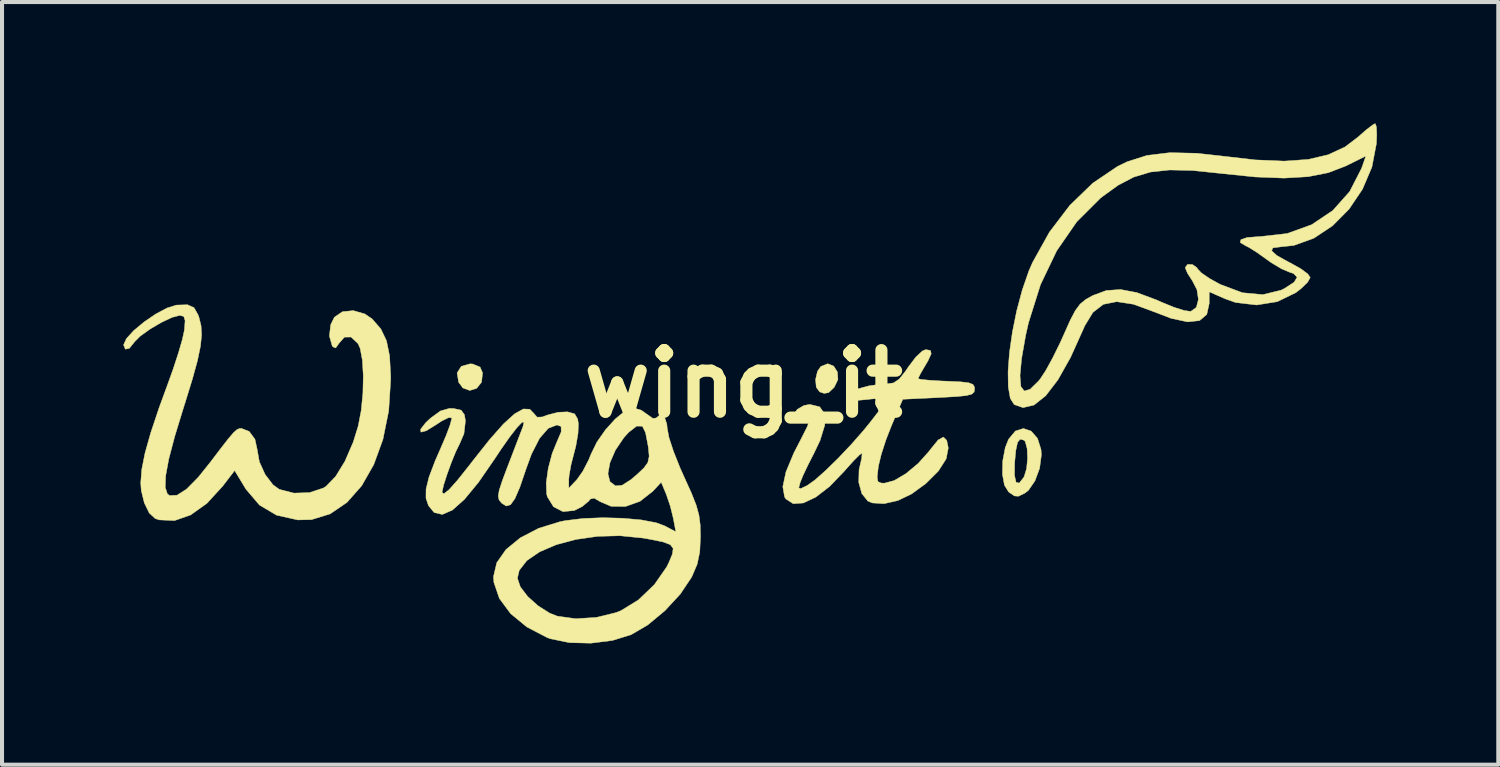
<source format=kicad_pcb>
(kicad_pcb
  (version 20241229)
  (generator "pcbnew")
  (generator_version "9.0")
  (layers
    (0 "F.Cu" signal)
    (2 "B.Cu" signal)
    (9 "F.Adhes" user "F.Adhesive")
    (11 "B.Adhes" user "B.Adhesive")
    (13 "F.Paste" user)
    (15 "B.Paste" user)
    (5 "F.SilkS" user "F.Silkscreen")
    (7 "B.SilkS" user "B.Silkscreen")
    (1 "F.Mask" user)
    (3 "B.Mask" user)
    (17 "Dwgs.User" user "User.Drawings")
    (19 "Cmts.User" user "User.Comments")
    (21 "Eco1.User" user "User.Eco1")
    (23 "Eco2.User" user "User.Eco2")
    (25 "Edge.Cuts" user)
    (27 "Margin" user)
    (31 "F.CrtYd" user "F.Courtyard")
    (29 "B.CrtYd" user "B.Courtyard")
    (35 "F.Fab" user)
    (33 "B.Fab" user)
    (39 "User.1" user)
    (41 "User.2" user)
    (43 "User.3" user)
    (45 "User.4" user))
  (footprint "wing_it"
    (layer "F.Cu")
    (at 15.33 6.44)
    (property "Reference" "wing_it" (at 0 0 0) (layer "F.SilkS") (effects (font (size 1.524 1.524) (thickness 0.3))))
    (attr through_hole)
    (fp_poly (pts (xy -6.696 -0.491) (xy -6.511 -0.415) (xy -6.449 -0.271) (xy -6.475 -0.04) (xy -6.596 0.111) (xy -6.766 0.164) (xy -6.937 0.101) (xy -7.042 -0.04) (xy -7.079 -0.271) (xy -6.976 -0.434) (xy -6.759 -0.495) (xy -6.696 -0.491)) (stroke (width 0.01) (type solid)) (fill yes) (layer "F.SilkS"))
    (fp_poly (pts (xy 2.23 -0.44) (xy 2.323 -0.295) (xy 2.336 -0.107) (xy 2.245 0.083) (xy 2.238 0.091) (xy 2.106 0.217) (xy 1.995 0.236) (xy 1.884 0.198) (xy 1.8 0.085) (xy 1.783 -0.108) (xy 1.83 -0.31) (xy 1.912 -0.429) (xy 2.084 -0.498) (xy 2.23 -0.44)) (stroke (width 0.01) (type solid)) (fill yes) (layer "F.SilkS"))
    (fp_poly (pts (xy 7.114 1.169) (xy 7.27 1.347) (xy 7.357 1.624) (xy 7.366 1.757) (xy 7.322 2.088) (xy 7.206 2.4) (xy 7.045 2.634) (xy 6.955 2.703) (xy 6.801 2.778) (xy 6.7 2.771) (xy 6.557 2.674) (xy 6.557 2.674) (xy 6.452 2.505) (xy 6.408 2.262) (xy 6.701 2.262) (xy 6.74 2.433) (xy 6.818 2.453) (xy 6.927 2.314) (xy 6.94 2.292) (xy 7 2.096) (xy 7.024 1.844) (xy 7.013 1.6) (xy 6.967 1.428) (xy 6.937 1.394) (xy 6.842 1.367) (xy 6.777 1.445) (xy 6.733 1.649) (xy 6.705 1.949) (xy 6.701 2.262) (xy 6.408 2.262) (xy 6.403 2.231) (xy 6.41 1.904) (xy 6.472 1.577) (xy 6.553 1.371) (xy 6.724 1.165) (xy 6.921 1.103) (xy 7.114 1.169)) (stroke (width 0.01) (type solid)) (fill yes) (layer "F.SilkS"))
    (fp_poly (pts (xy -13.583 -1.884) (xy -13.481 -1.703) (xy -13.459 -1.64) (xy -13.409 -1.436) (xy -13.396 -1.208) (xy -13.424 -0.931) (xy -13.497 -0.579) (xy -13.621 -0.127) (xy -13.799 0.452) (xy -13.847 0.602) (xy -14.061 1.302) (xy -14.207 1.856) (xy -14.284 2.272) (xy -14.295 2.558) (xy -14.241 2.722) (xy -14.187 2.761) (xy -14.004 2.753) (xy -13.77 2.604) (xy -13.478 2.308) (xy -13.182 1.939) (xy -12.917 1.59) (xy -12.733 1.354) (xy -12.61 1.21) (xy -12.527 1.134) (xy -12.464 1.105) (xy -12.411 1.101) (xy -12.219 1.176) (xy -12.077 1.369) (xy -12.023 1.618) (xy -11.968 1.926) (xy -11.826 2.239) (xy -11.632 2.494) (xy -11.475 2.608) (xy -11.114 2.701) (xy -10.726 2.688) (xy -10.386 2.575) (xy -10.319 2.533) (xy -10.081 2.287) (xy -9.851 1.911) (xy -9.648 1.442) (xy -9.524 1.042) (xy -9.45 0.657) (xy -9.408 0.227) (xy -9.399 -0.202) (xy -9.421 -0.585) (xy -9.476 -0.877) (xy -9.53 -0.997) (xy -9.701 -1.158) (xy -9.865 -1.155) (xy -9.997 -1.005) (xy -10.081 -0.887) (xy -10.151 -0.917) (xy -10.168 -0.941) (xy -10.237 -1.183) (xy -10.204 -1.464) (xy -10.114 -1.647) (xy -9.914 -1.784) (xy -9.644 -1.811) (xy -9.36 -1.729) (xy -9.178 -1.604) (xy -8.965 -1.359) (xy -8.825 -1.067) (xy -8.748 -0.689) (xy -8.721 -0.188) (xy -8.721 -0.105) (xy -8.77 0.668) (xy -8.913 1.373) (xy -9.139 1.995) (xy -9.438 2.519) (xy -9.801 2.931) (xy -10.218 3.215) (xy -10.679 3.357) (xy -11.018 3.364) (xy -11.542 3.247) (xy -11.965 2.997) (xy -12.299 2.605) (xy -12.322 2.568) (xy -12.579 2.143) (xy -12.872 2.526) (xy -13.264 2.954) (xy -13.666 3.241) (xy -14.065 3.38) (xy -14.444 3.363) (xy -14.543 3.33) (xy -14.69 3.194) (xy -14.812 2.944) (xy -14.888 2.636) (xy -14.901 2.451) (xy -14.876 2.118) (xy -14.795 1.711) (xy -14.653 1.208) (xy -14.446 0.589) (xy -14.253 0.062) (xy -14.1 -0.363) (xy -13.968 -0.766) (xy -13.871 -1.101) (xy -13.822 -1.326) (xy -13.821 -1.333) (xy -13.804 -1.561) (xy -13.835 -1.666) (xy -13.928 -1.692) (xy -13.938 -1.693) (xy -14.127 -1.643) (xy -14.39 -1.519) (xy -14.671 -1.354) (xy -14.913 -1.18) (xy -15.061 -1.032) (xy -15.071 -1.016) (xy -15.183 -0.877) (xy -15.282 -0.857) (xy -15.325 -0.964) (xy -15.255 -1.119) (xy -15.073 -1.318) (xy -14.818 -1.53) (xy -14.531 -1.726) (xy -14.251 -1.875) (xy -14.018 -1.948) (xy -14.012 -1.948) (xy -13.743 -1.956) (xy -13.583 -1.884)) (stroke (width 0.01) (type solid)) (fill yes) (layer "F.SilkS"))
    (fp_poly (pts (xy 4.623 -0.826) (xy 4.642 -0.744) (xy 4.563 -0.571) (xy 4.487 -0.442) (xy 4.378 -0.255) (xy 4.321 -0.14) (xy 4.318 -0.128) (xy 4.396 -0.109) (xy 4.604 -0.089) (xy 4.902 -0.071) (xy 5.016 -0.067) (xy 5.361 -0.051) (xy 5.569 -0.027) (xy 5.675 0.014) (xy 5.712 0.081) (xy 5.715 0.127) (xy 5.702 0.203) (xy 5.643 0.255) (xy 5.509 0.29) (xy 5.269 0.314) (xy 4.895 0.335) (xy 4.827 0.339) (xy 3.939 0.381) (xy 3.663 1.026) (xy 3.522 1.387) (xy 3.406 1.747) (xy 3.337 2.033) (xy 3.333 2.063) (xy 3.306 2.301) (xy 3.324 2.416) (xy 3.405 2.452) (xy 3.489 2.455) (xy 3.729 2.39) (xy 4.02 2.217) (xy 4.32 1.967) (xy 4.584 1.673) (xy 4.625 1.618) (xy 4.812 1.388) (xy 4.944 1.315) (xy 5.026 1.397) (xy 5.064 1.586) (xy 5.012 1.854) (xy 4.82 2.155) (xy 4.509 2.465) (xy 4.153 2.724) (xy 3.817 2.885) (xy 3.476 2.962) (xy 3.185 2.944) (xy 3.074 2.897) (xy 2.927 2.714) (xy 2.85 2.436) (xy 2.858 2.125) (xy 2.875 2.049) (xy 2.922 1.844) (xy 2.933 1.724) (xy 2.929 1.715) (xy 2.864 1.76) (xy 2.72 1.905) (xy 2.527 2.12) (xy 2.498 2.154) (xy 2.133 2.534) (xy 1.789 2.8) (xy 1.483 2.945) (xy 1.231 2.963) (xy 1.049 2.846) (xy 1.016 2.794) (xy 0.973 2.542) (xy 1.051 2.177) (xy 1.249 1.701) (xy 1.412 1.387) (xy 1.577 1.06) (xy 1.651 0.851) (xy 1.633 0.767) (xy 1.522 0.815) (xy 1.48 0.848) (xy 1.331 0.909) (xy 1.261 0.872) (xy 1.238 0.756) (xy 1.332 0.629) (xy 1.497 0.534) (xy 1.64 0.508) (xy 1.883 0.567) (xy 2.007 0.74) (xy 2.011 1.02) (xy 1.894 1.4) (xy 1.748 1.707) (xy 1.596 2.005) (xy 1.471 2.269) (xy 1.402 2.44) (xy 1.368 2.57) (xy 1.412 2.591) (xy 1.568 2.517) (xy 1.58 2.51) (xy 1.769 2.376) (xy 2.033 2.141) (xy 2.342 1.839) (xy 2.664 1.499) (xy 2.967 1.154) (xy 3.148 0.931) (xy 3.37 0.643) (xy 3.486 0.467) (xy 3.492 0.379) (xy 3.384 0.356) (xy 3.157 0.375) (xy 3.056 0.387) (xy 2.767 0.413) (xy 2.609 0.405) (xy 2.546 0.358) (xy 2.54 0.317) (xy 2.617 0.221) (xy 2.816 0.127) (xy 3.093 0.051) (xy 3.4 0.006) (xy 3.548 0) (xy 3.712 -0.024) (xy 3.853 -0.12) (xy 4.012 -0.321) (xy 4.08 -0.423) (xy 4.262 -0.663) (xy 4.425 -0.814) (xy 4.507 -0.847) (xy 4.623 -0.826)) (stroke (width 0.01) (type solid)) (fill yes) (layer "F.SilkS"))
    (fp_poly (pts (xy 15.648 -6.358) (xy 15.657 -6.16) (xy 15.648 -5.937) (xy 15.537 -5.358) (xy 15.304 -4.811) (xy 14.972 -4.319) (xy 14.564 -3.908) (xy 14.101 -3.6) (xy 13.608 -3.422) (xy 13.278 -3.387) (xy 13.088 -3.362) (xy 13.059 -3.29) (xy 13.189 -3.172) (xy 13.478 -3.011) (xy 13.525 -2.988) (xy 13.778 -2.847) (xy 13.954 -2.716) (xy 14.012 -2.629) (xy 13.948 -2.513) (xy 13.783 -2.353) (xy 13.653 -2.253) (xy 13.198 -2.032) (xy 12.687 -1.95) (xy 12.169 -2.011) (xy 11.908 -2.103) (xy 11.515 -2.276) (xy 11.515 -1.988) (xy 11.455 -1.716) (xy 11.277 -1.564) (xy 10.982 -1.532) (xy 10.571 -1.62) (xy 10.16 -1.778) (xy 9.643 -1.968) (xy 9.228 -2.032) (xy 8.898 -1.966) (xy 8.64 -1.767) (xy 8.436 -1.432) (xy 8.409 -1.368) (xy 8.087 -0.654) (xy 7.775 -0.1) (xy 7.474 0.293) (xy 7.185 0.523) (xy 6.912 0.588) (xy 6.695 0.513) (xy 6.597 0.36) (xy 6.547 0.074) (xy 6.543 -0.202) (xy 6.837 -0.202) (xy 6.859 0.066) (xy 6.943 0.177) (xy 7.088 0.133) (xy 7.293 -0.068) (xy 7.337 -0.122) (xy 7.473 -0.328) (xy 7.644 -0.64) (xy 7.824 -1.005) (xy 7.913 -1.201) (xy 8.076 -1.567) (xy 8.204 -1.812) (xy 8.323 -1.972) (xy 8.461 -2.086) (xy 8.636 -2.184) (xy 8.971 -2.308) (xy 9.323 -2.333) (xy 9.728 -2.256) (xy 10.22 -2.072) (xy 10.341 -2.018) (xy 10.639 -1.895) (xy 10.895 -1.814) (xy 11.055 -1.791) (xy 11.06 -1.792) (xy 11.197 -1.891) (xy 11.248 -2.087) (xy 11.211 -2.33) (xy 11.098 -2.549) (xy 10.979 -2.733) (xy 10.923 -2.866) (xy 10.922 -2.875) (xy 10.98 -2.954) (xy 11.102 -2.95) (xy 11.212 -2.872) (xy 11.229 -2.839) (xy 11.325 -2.74) (xy 11.53 -2.601) (xy 11.79 -2.458) (xy 12.337 -2.253) (xy 12.84 -2.206) (xy 13.291 -2.316) (xy 13.374 -2.357) (xy 13.614 -2.513) (xy 13.688 -2.637) (xy 13.597 -2.729) (xy 13.502 -2.76) (xy 13.302 -2.845) (xy 13.049 -2.996) (xy 12.925 -3.085) (xy 12.693 -3.25) (xy 12.496 -3.374) (xy 12.425 -3.409) (xy 12.283 -3.493) (xy 12.297 -3.565) (xy 12.451 -3.618) (xy 12.732 -3.64) (xy 12.769 -3.641) (xy 13.443 -3.717) (xy 14.049 -3.936) (xy 14.57 -4.286) (xy 14.987 -4.754) (xy 15.281 -5.327) (xy 15.299 -5.377) (xy 15.387 -5.632) (xy 14.881 -5.382) (xy 14.458 -5.22) (xy 13.96 -5.122) (xy 13.366 -5.087) (xy 12.655 -5.115) (xy 11.806 -5.202) (xy 11.797 -5.203) (xy 11.104 -5.275) (xy 10.538 -5.288) (xy 10.065 -5.237) (xy 9.651 -5.113) (xy 9.262 -4.91) (xy 8.863 -4.621) (xy 8.825 -4.591) (xy 8.241 -4.008) (xy 7.745 -3.29) (xy 7.344 -2.453) (xy 7.048 -1.512) (xy 6.977 -1.198) (xy 6.876 -0.623) (xy 6.837 -0.202) (xy 6.543 -0.202) (xy 6.542 -0.315) (xy 6.577 -0.778) (xy 6.65 -1.285) (xy 6.756 -1.809) (xy 6.892 -2.318) (xy 7.054 -2.786) (xy 7.147 -3.001) (xy 7.565 -3.752) (xy 8.069 -4.414) (xy 8.637 -4.963) (xy 9.248 -5.376) (xy 9.487 -5.492) (xy 9.974 -5.647) (xy 10.54 -5.716) (xy 11.21 -5.701) (xy 11.805 -5.635) (xy 12.655 -5.537) (xy 13.368 -5.507) (xy 13.963 -5.549) (xy 14.458 -5.665) (xy 14.871 -5.857) (xy 15.194 -6.102) (xy 15.399 -6.282) (xy 15.557 -6.402) (xy 15.619 -6.435) (xy 15.648 -6.358)) (stroke (width 0.01) (type solid)) (fill yes) (layer "F.SilkS"))
    (fp_poly (pts (xy -2.526 0.651) (xy -2.374 0.759) (xy -2.238 0.854) (xy -2.157 0.844) (xy -2.05 0.753) (xy -1.954 0.811) (xy -1.894 0.995) (xy -1.885 1.094) (xy -1.841 1.328) (xy -1.729 1.67) (xy -1.565 2.081) (xy -1.467 2.3) (xy -1.285 2.702) (xy -1.167 3.001) (xy -1.1 3.246) (xy -1.069 3.485) (xy -1.062 3.765) (xy -1.062 3.768) (xy -1.08 4.155) (xy -1.143 4.457) (xy -1.269 4.753) (xy -1.285 4.785) (xy -1.562 5.198) (xy -1.94 5.607) (xy -2.365 5.96) (xy -2.776 6.201) (xy -3.239 6.344) (xy -3.77 6.411) (xy -4.302 6.398) (xy -4.768 6.303) (xy -4.852 6.273) (xy -5.355 6.011) (xy -5.756 5.681) (xy -6.034 5.306) (xy -6.17 4.908) (xy -6.177 4.806) (xy -5.588 4.806) (xy -5.517 5.017) (xy -5.333 5.258) (xy -5.076 5.488) (xy -4.788 5.67) (xy -4.6 5.743) (xy -4.146 5.806) (xy -3.636 5.774) (xy -3.151 5.655) (xy -3.027 5.606) (xy -2.596 5.341) (xy -2.202 4.963) (xy -1.899 4.528) (xy -1.842 4.413) (xy -1.757 4.208) (xy -1.738 4.069) (xy -1.808 3.976) (xy -1.988 3.908) (xy -2.303 3.844) (xy -2.5 3.81) (xy -3.053 3.755) (xy -3.61 3.77) (xy -4.143 3.847) (xy -4.629 3.977) (xy -5.041 4.154) (xy -5.354 4.368) (xy -5.543 4.611) (xy -5.588 4.806) (xy -6.177 4.806) (xy -6.18 4.766) (xy -6.099 4.422) (xy -5.871 4.096) (xy -5.518 3.807) (xy -5.064 3.571) (xy -4.53 3.406) (xy -4.402 3.381) (xy -3.966 3.328) (xy -3.478 3.309) (xy -2.984 3.322) (xy -2.529 3.363) (xy -2.161 3.432) (xy -1.958 3.506) (xy -1.672 3.656) (xy -1.733 3.331) (xy -1.808 3.025) (xy -1.908 2.731) (xy -1.913 2.719) (xy -2.033 2.432) (xy -2.241 2.656) (xy -2.559 2.905) (xy -2.917 3.032) (xy -3.271 3.028) (xy -3.543 2.912) (xy -3.691 2.825) (xy -3.781 2.845) (xy -3.837 2.909) (xy -3.988 3.034) (xy -4.181 3.131) (xy -4.462 3.159) (xy -4.696 3.039) (xy -4.847 2.793) (xy -4.865 2.727) (xy -4.876 2.449) (xy -4.826 2.089) (xy -4.728 1.718) (xy -4.612 1.435) (xy -4.506 1.188) (xy -4.508 1.054) (xy -4.61 1.016) (xy -4.825 1.099) (xy -5.038 1.342) (xy -5.24 1.736) (xy -5.379 2.117) (xy -5.527 2.553) (xy -5.65 2.838) (xy -5.759 2.989) (xy -5.865 3.02) (xy -5.98 2.947) (xy -5.982 2.944) (xy -6.042 2.869) (xy -6.062 2.775) (xy -6.038 2.628) (xy -5.962 2.395) (xy -5.829 2.04) (xy -5.819 2.016) (xy -5.683 1.661) (xy -5.564 1.35) (xy -5.479 1.129) (xy -5.452 1.058) (xy -5.425 0.942) (xy -5.478 0.955) (xy -5.6 1.082) (xy -5.777 1.31) (xy -5.999 1.626) (xy -6.15 1.854) (xy -6.551 2.435) (xy -6.899 2.857) (xy -7.196 3.121) (xy -7.445 3.229) (xy -7.647 3.181) (xy -7.787 3.011) (xy -7.849 2.826) (xy -7.847 2.601) (xy -7.774 2.305) (xy -7.625 1.911) (xy -7.487 1.595) (xy -7.353 1.283) (xy -7.257 1.027) (xy -7.213 0.866) (xy -7.213 0.839) (xy -7.291 0.835) (xy -7.458 0.917) (xy -7.597 1.009) (xy -7.841 1.16) (xy -7.974 1.194) (xy -7.982 1.123) (xy -7.855 0.96) (xy -7.738 0.85) (xy -7.491 0.67) (xy -7.271 0.607) (xy -7.167 0.609) (xy -6.98 0.65) (xy -6.898 0.761) (xy -6.873 0.915) (xy -6.91 1.234) (xy -7.018 1.485) (xy -7.112 1.676) (xy -7.222 1.947) (xy -7.329 2.241) (xy -7.412 2.5) (xy -7.45 2.669) (xy -7.451 2.682) (xy -7.409 2.719) (xy -7.281 2.619) (xy -7.067 2.379) (xy -6.764 1.998) (xy -6.698 1.911) (xy -6.277 1.38) (xy -5.933 0.991) (xy -5.656 0.74) (xy -5.441 0.621) (xy -5.281 0.627) (xy -5.179 0.734) (xy -5.101 0.823) (xy -4.978 0.819) (xy -4.845 0.77) (xy -4.582 0.702) (xy -4.348 0.692) (xy -4.174 0.741) (xy -4.098 0.871) (xy -4.08 0.989) (xy -4.09 1.228) (xy -4.143 1.536) (xy -4.186 1.703) (xy -4.262 1.997) (xy -4.309 2.258) (xy -4.318 2.363) (xy -4.318 2.578) (xy -4.119 2.369) (xy -4.014 2.221) (xy -3.35 2.221) (xy -3.302 2.412) (xy -3.297 2.419) (xy -3.163 2.522) (xy -3.002 2.508) (xy -2.786 2.371) (xy -2.628 2.237) (xy -2.46 2.078) (xy -2.364 1.945) (xy -2.331 1.791) (xy -2.351 1.568) (xy -2.416 1.229) (xy -2.42 1.206) (xy -2.499 1.047) (xy -2.639 1.044) (xy -2.838 1.198) (xy -2.959 1.333) (xy -3.165 1.638) (xy -3.3 1.948) (xy -3.35 2.221) (xy -4.014 2.221) (xy -3.973 2.163) (xy -3.826 1.88) (xy -3.768 1.736) (xy -3.621 1.436) (xy -3.41 1.135) (xy -3.17 0.869) (xy -2.934 0.676) (xy -2.737 0.593) (xy -2.72 0.593) (xy -2.526 0.651)) (stroke (width 0.01) (type solid)) (fill yes) (layer "F.SilkS")))
  (gr_rect
    (start -3 -3)
    (end 33.992 15.856)
    (stroke (width 0.1) (type default))
    (fill no)
    (layer "Edge.Cuts")))
</source>
